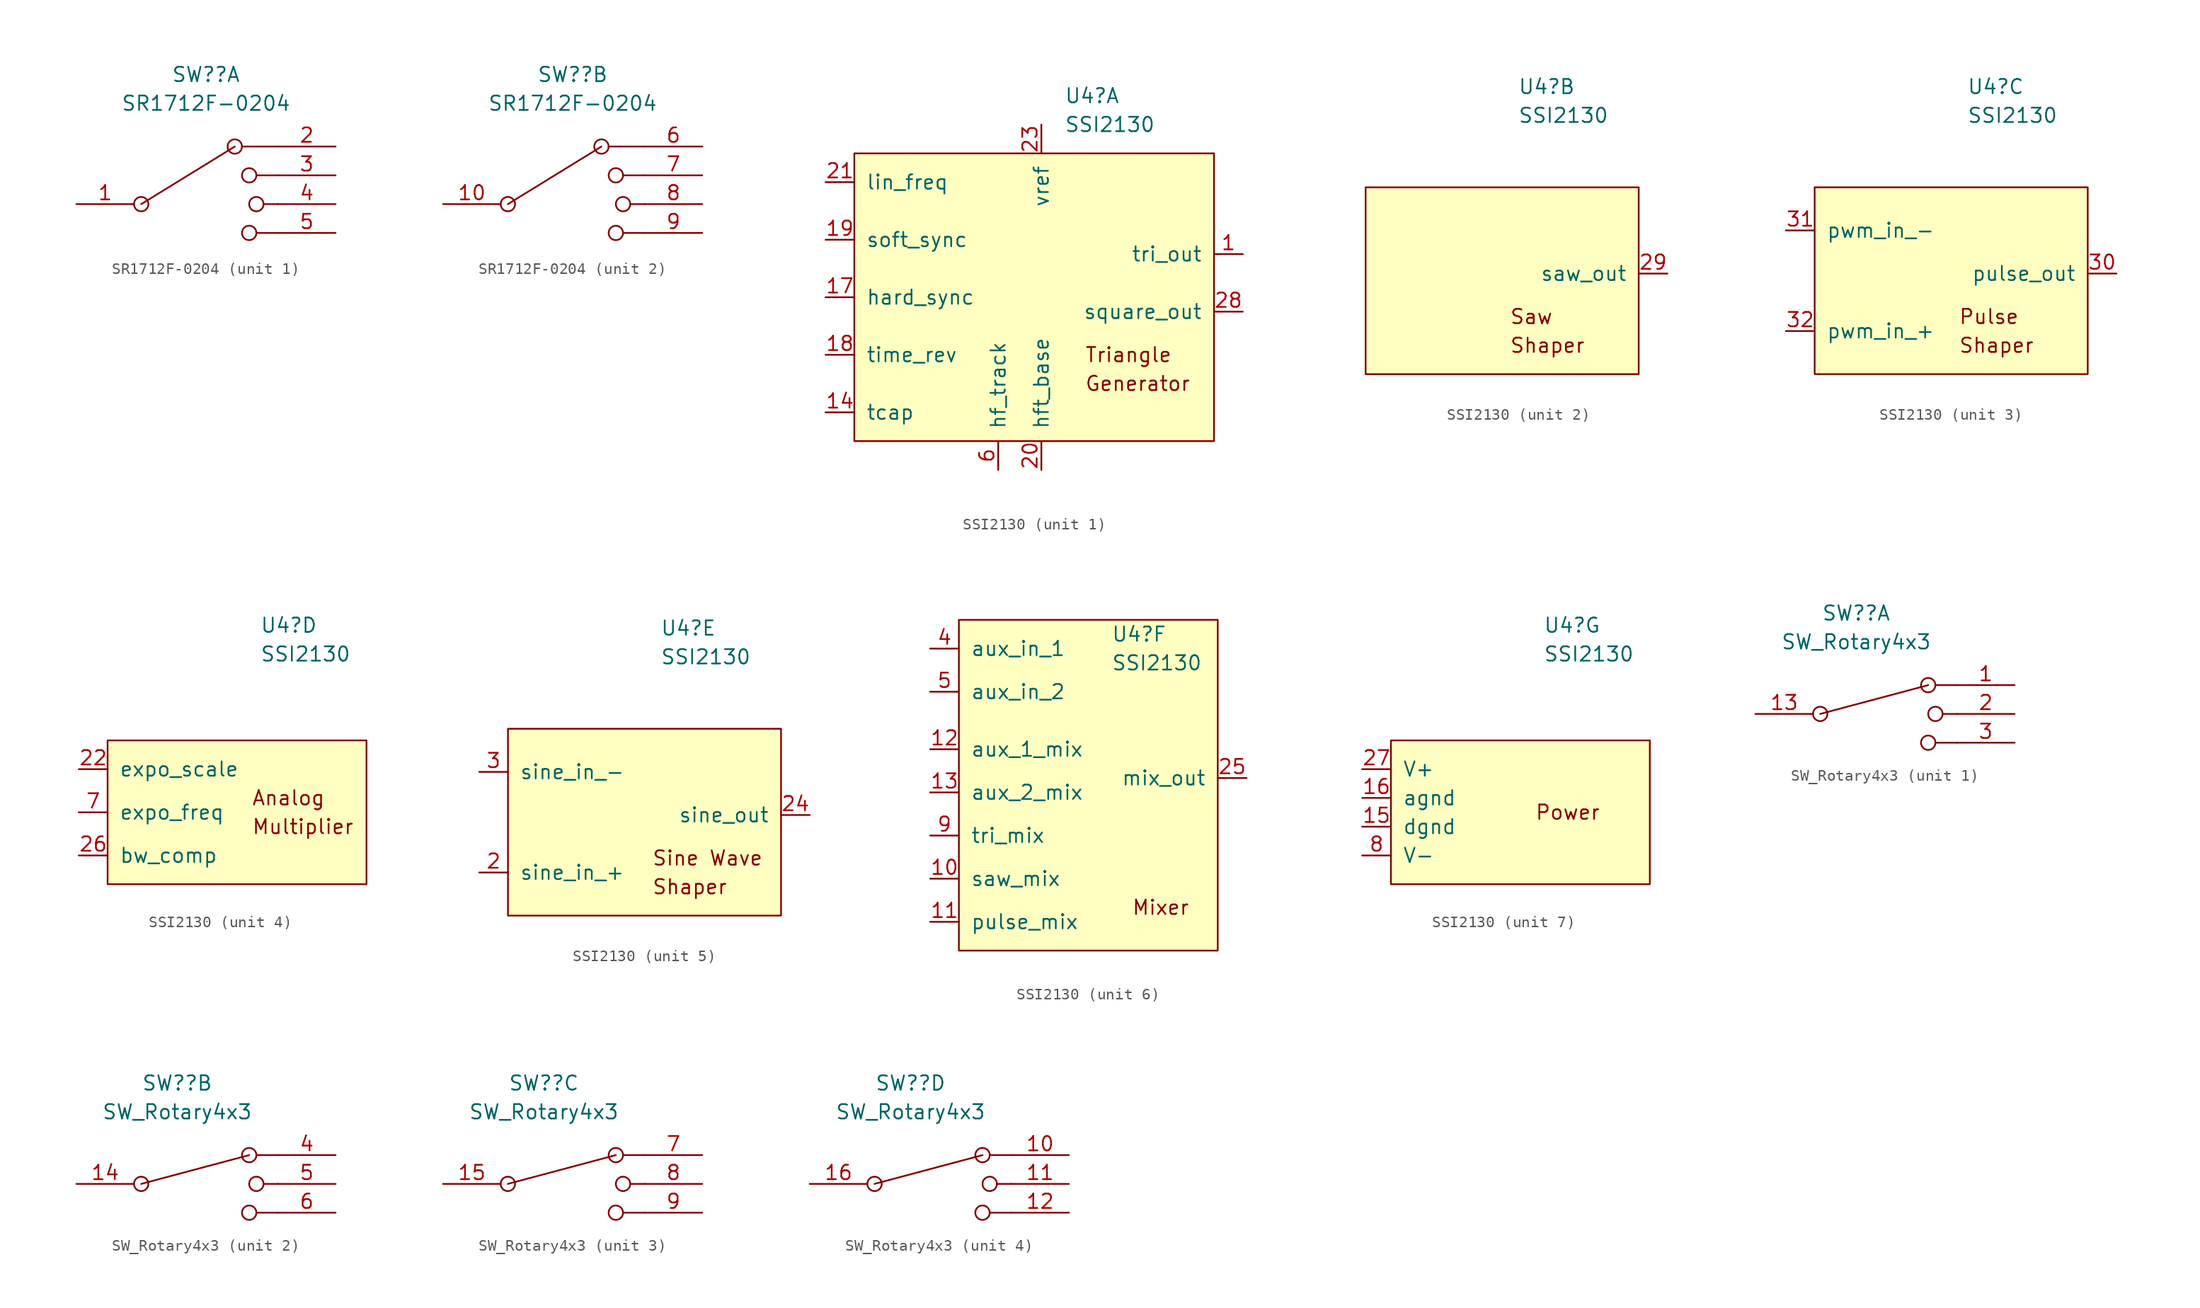
<source format=kicad_sym>
(kicad_symbol_lib
  (version 20211014)
  (generator kicad_symbol_editor)
  (symbol "SR1712F-0204"
    (pin_names
      (offset 1.016) hide)
    (property "Reference" "SW?"
      (at 1.27 11.43 0)
      (effects (font (size 1.27 1.27))))
    (property "Value" "SR1712F-0204"
      (at 1.27 8.89 0)
      (effects (font (size 1.27 1.27))))
    (property "ki_locked" ""
      (at 0 0 0)
      (effects (font (size 1.27 1.27))))
    (symbol "SR1712F-0204_0_0"
      (circle (center -4.445 0) (radius 0.635) (stroke (width 0) (type default) (color 0 0 0 0)) (fill (type none)))
      (polyline (pts (xy -4.445 0) (xy 3.81 5.08)) (stroke (width 0) (type default) (color 0 0 0 0)) (fill (type none)))
      (polyline (pts (xy 4.445 5.08) (xy 7.62 5.08)) (stroke (width 0) (type default) (color 0 0 0 0)) (fill (type none)))
      (polyline (pts (xy 5.715 -2.54) (xy 7.62 -2.54)) (stroke (width 0) (type default) (color 0 0 0 0)) (fill (type none)))
      (polyline (pts (xy 5.715 2.54) (xy 7.62 2.54)) (stroke (width 0) (type default) (color 0 0 0 0)) (fill (type none)))
      (polyline (pts (xy 6.35 0) (xy 7.62 0)) (stroke (width 0) (type default) (color 0 0 0 0)) (fill (type none)))
      (circle (center 3.81 5.08) (radius 0.635) (stroke (width 0) (type default) (color 0 0 0 0)) (fill (type none)))
      (circle (center 5.08 -2.54) (radius 0.635) (stroke (width 0) (type default) (color 0 0 0 0)) (fill (type none)))
      (circle (center 5.08 2.54) (radius 0.635) (stroke (width 0) (type default) (color 0 0 0 0)) (fill (type none)))
      (circle (center 5.715 0) (radius 0.635) (stroke (width 0) (type default) (color 0 0 0 0)) (fill (type none))))
    (symbol "SR1712F-0204_1_1"
      (pin passive line (at -10.16 0 0) (length 5.08) (name "1" (effects (font (size 1.27 1.27)))) (number "1" (effects (font (size 1.27 1.27)))))
      (pin passive line (at 12.7 5.08 180) (length 5.08) (name "2" (effects (font (size 1.27 1.27)))) (number "2" (effects (font (size 1.27 1.27)))))
      (pin passive line (at 12.7 2.54 180) (length 5.08) (name "3" (effects (font (size 1.27 1.27)))) (number "3" (effects (font (size 1.27 1.27)))))
      (pin passive line (at 12.7 0 180) (length 5.08) (name "4" (effects (font (size 1.27 1.27)))) (number "4" (effects (font (size 1.27 1.27)))))
      (pin passive line (at 12.7 -2.54 180) (length 5.08) (name "5" (effects (font (size 1.27 1.27)))) (number "5" (effects (font (size 1.27 1.27))))))
    (symbol "SR1712F-0204_2_1"
      (pin passive line (at -10.16 0 0) (length 5.08) (name "10" (effects (font (size 1.27 1.27)))) (number "10" (effects (font (size 1.27 1.27)))))
      (pin passive line (at 12.7 5.08 180) (length 5.08) (name "6" (effects (font (size 1.27 1.27)))) (number "6" (effects (font (size 1.27 1.27)))))
      (pin passive line (at 12.7 2.54 180) (length 5.08) (name "7" (effects (font (size 1.27 1.27)))) (number "7" (effects (font (size 1.27 1.27)))))
      (pin passive line (at 12.7 0 180) (length 5.08) (name "8" (effects (font (size 1.27 1.27)))) (number "8" (effects (font (size 1.27 1.27)))))
      (pin passive line (at 12.7 -2.54 180) (length 5.08) (name "9" (effects (font (size 1.27 1.27)))) (number "9" (effects (font (size 1.27 1.27)))))))
  (symbol "SSI2130"
    (pin_names
      (offset 1.016))
    (property "Reference" "U4"
      (at 2.019 16.51 0)
      (effects (font (size 1.27 1.27)) (justify left)))
    (property "Value" "SSI2130"
      (at 2.019 13.97 0)
      (effects (font (size 1.27 1.27)) (justify left)))
    (property "ki_locked" ""
      (at 0 0 0)
      (effects (font (size 1.27 1.27))))
    (symbol "SSI2130_1_0"
      (polyline (pts (xy -16.51 11.43) (xy -16.51 -13.97) (xy 15.24 -13.97) (xy 15.24 11.43) (xy 6.35 11.43) (xy -16.51 11.43)) (stroke (width 0) (type default) (color 0 0 0 0)) (fill (type background)))
      (text "Generator" (at 3.81 -8.89 0) (effects (font (size 1.27 1.27)) (justify left)))
      (text "Triangle" (at 3.81 -6.35 0) (effects (font (size 1.27 1.27)) (justify left))))
    (symbol "SSI2130_1_1"
      (pin output line (at 17.78 2.54 180) (length 2.54) (name "tri_out" (effects (font (size 1.27 1.27)))) (number "1" (effects (font (size 1.27 1.27)))))
      (pin input line (at -19.05 -11.43 0) (length 2.54) (name "tcap" (effects (font (size 1.27 1.27)))) (number "14" (effects (font (size 1.27 1.27)))))
      (pin input line (at -19.05 -1.27 0) (length 2.54) (name "hard_sync" (effects (font (size 1.27 1.27)))) (number "17" (effects (font (size 1.27 1.27)))))
      (pin input line (at -19.05 -6.35 0) (length 2.54) (name "time_rev" (effects (font (size 1.27 1.27)))) (number "18" (effects (font (size 1.27 1.27)))))
      (pin input line (at -19.05 3.81 0) (length 2.54) (name "soft_sync" (effects (font (size 1.27 1.27)))) (number "19" (effects (font (size 1.27 1.27)))))
      (pin input line (at 0 -16.51 90) (length 2.54) (name "hft_base" (effects (font (size 1.27 1.27)))) (number "20" (effects (font (size 1.27 1.27)))))
      (pin input line (at -19.05 8.89 0) (length 2.54) (name "lin_freq" (effects (font (size 1.27 1.27)))) (number "21" (effects (font (size 1.27 1.27)))))
      (pin input line (at 0 13.97 270) (length 2.54) (name "vref" (effects (font (size 1.27 1.27)))) (number "23" (effects (font (size 1.27 1.27)))))
      (pin output line (at 17.78 -2.54 180) (length 2.54) (name "square_out" (effects (font (size 1.27 1.27)))) (number "28" (effects (font (size 1.27 1.27)))))
      (pin input line (at -3.81 -16.51 90) (length 2.54) (name "hf_track" (effects (font (size 1.27 1.27)))) (number "6" (effects (font (size 1.27 1.27))))))
    (symbol "SSI2130_2_1"
      (polyline (pts (xy -11.43 0) (xy -11.43 7.62) (xy 12.7 7.62) (xy 12.7 -8.89) (xy -11.43 -8.89) (xy -11.43 0)) (stroke (width 0) (type default) (color 0 0 0 0)) (fill (type background)))
      (text "Saw" (at 1.27 -3.81 0) (effects (font (size 1.27 1.27)) (justify left)))
      (text "Shaper" (at 1.27 -6.35 0) (effects (font (size 1.27 1.27)) (justify left)))
      (pin output line (at 15.24 0 180) (length 2.54) (name "saw_out" (effects (font (size 1.27 1.27)))) (number "29" (effects (font (size 1.27 1.27))))))
    (symbol "SSI2130_3_1"
      (polyline (pts (xy 12.7 7.62) (xy -11.43 7.62) (xy -11.43 -8.89) (xy 12.7 -8.89) (xy 12.7 7.62)) (stroke (width 0) (type default) (color 0 0 0 0)) (fill (type background)))
      (text "Pulse" (at 1.27 -3.81 0) (effects (font (size 1.27 1.27)) (justify left)))
      (text "Shaper" (at 1.27 -6.35 0) (effects (font (size 1.27 1.27)) (justify left)))
      (pin output line (at 15.24 0 180) (length 2.54) (name "pulse_out" (effects (font (size 1.27 1.27)))) (number "30" (effects (font (size 1.27 1.27)))))
      (pin input line (at -13.97 3.81 0) (length 2.54) (name "pwm_in_-" (effects (font (size 1.27 1.27)))) (number "31" (effects (font (size 1.27 1.27)))))
      (pin input line (at -13.97 -5.08 0) (length 2.54) (name "pwm_in_+" (effects (font (size 1.27 1.27)))) (number "32" (effects (font (size 1.27 1.27))))))
    (symbol "SSI2130_4_1"
      (polyline (pts (xy -11.43 6.35) (xy -11.43 -6.35) (xy 11.43 -6.35) (xy 11.43 6.35) (xy -11.43 6.35)) (stroke (width 0) (type default) (color 0 0 0 0)) (fill (type background)))
      (text "Analog" (at 1.27 1.27 0) (effects (font (size 1.27 1.27)) (justify left)))
      (text "Multiplier" (at 1.27 -1.27 0) (effects (font (size 1.27 1.27)) (justify left)))
      (pin input line (at -13.97 3.81 0) (length 2.54) (name "expo_scale" (effects (font (size 1.27 1.27)))) (number "22" (effects (font (size 1.27 1.27)))))
      (pin input line (at -13.97 -3.81 0) (length 2.54) (name "bw_comp" (effects (font (size 1.27 1.27)))) (number "26" (effects (font (size 1.27 1.27)))))
      (pin input line (at -13.97 0 0) (length 2.54) (name "expo_freq" (effects (font (size 1.27 1.27)))) (number "7" (effects (font (size 1.27 1.27))))))
    (symbol "SSI2130_5_1"
      (polyline (pts (xy -11.43 7.62) (xy -11.43 -8.89) (xy 12.7 -8.89) (xy 12.7 7.62) (xy -11.43 7.62)) (stroke (width 0) (type default) (color 0 0 0 0)) (fill (type background)))
      (text "Shaper" (at 1.27 -6.35 0) (effects (font (size 1.27 1.27)) (justify left)))
      (text "Sine Wave" (at 1.27 -3.81 0) (effects (font (size 1.27 1.27)) (justify left)))
      (pin input line (at -13.97 -5.08 0) (length 2.54) (name "sine_in_+" (effects (font (size 1.27 1.27)))) (number "2" (effects (font (size 1.27 1.27)))))
      (pin output line (at 15.24 0 180) (length 2.54) (name "sine_out" (effects (font (size 1.27 1.27)))) (number "24" (effects (font (size 1.27 1.27)))))
      (pin input line (at -13.97 3.81 0) (length 2.54) (name "sine_in_-" (effects (font (size 1.27 1.27)))) (number "3" (effects (font (size 1.27 1.27))))))
    (symbol "SSI2130_6_1"
      (polyline (pts (xy 11.43 -11.43) (xy -11.43 -11.43) (xy -11.43 10.16) (xy -11.43 17.78) (xy 11.43 17.78) (xy 11.43 -11.43)) (stroke (width 0) (type default) (color 0 0 0 0)) (fill (type background)))
      (text "Mixer" (at 3.81 -7.62 0) (effects (font (size 1.27 1.27)) (justify left)))
      (pin input line (at -13.97 -5.08 0) (length 2.54) (name "saw_mix" (effects (font (size 1.27 1.27)))) (number "10" (effects (font (size 1.27 1.27)))))
      (pin input line (at -13.97 -8.89 0) (length 2.54) (name "pulse_mix" (effects (font (size 1.27 1.27)))) (number "11" (effects (font (size 1.27 1.27)))))
      (pin input line (at -13.97 6.35 0) (length 2.54) (name "aux_1_mix" (effects (font (size 1.27 1.27)))) (number "12" (effects (font (size 1.27 1.27)))))
      (pin input line (at -13.97 2.54 0) (length 2.54) (name "aux_2_mix" (effects (font (size 1.27 1.27)))) (number "13" (effects (font (size 1.27 1.27)))))
      (pin output line (at 13.97 3.81 180) (length 2.54) (name "mix_out" (effects (font (size 1.27 1.27)))) (number "25" (effects (font (size 1.27 1.27)))))
      (pin input line (at -13.97 15.24 0) (length 2.54) (name "aux_in_1" (effects (font (size 1.27 1.27)))) (number "4" (effects (font (size 1.27 1.27)))))
      (pin input line (at -13.97 11.43 0) (length 2.54) (name "aux_in_2" (effects (font (size 1.27 1.27)))) (number "5" (effects (font (size 1.27 1.27)))))
      (pin input line (at -13.97 -1.27 0) (length 2.54) (name "tri_mix" (effects (font (size 1.27 1.27)))) (number "9" (effects (font (size 1.27 1.27))))))
    (symbol "SSI2130_7_1"
      (polyline (pts (xy -11.43 6.35) (xy -11.43 -6.35) (xy 11.43 -6.35) (xy 11.43 6.35) (xy -11.43 6.35)) (stroke (width 0) (type default) (color 0 0 0 0)) (fill (type background)))
      (text "Power" (at 1.27 0 0) (effects (font (size 1.27 1.27)) (justify left)))
      (pin power_in line (at -13.97 -1.27 0) (length 2.54) (name "dgnd" (effects (font (size 1.27 1.27)))) (number "15" (effects (font (size 1.27 1.27)))))
      (pin power_in line (at -13.97 1.27 0) (length 2.54) (name "agnd" (effects (font (size 1.27 1.27)))) (number "16" (effects (font (size 1.27 1.27)))))
      (pin power_in line (at -13.97 3.81 0) (length 2.54) (name "V+" (effects (font (size 1.27 1.27)))) (number "27" (effects (font (size 1.27 1.27)))))
      (pin power_in line (at -13.97 -3.81 0) (length 2.54) (name "V-" (effects (font (size 1.27 1.27)))) (number "8" (effects (font (size 1.27 1.27)))))))
  (symbol "SW_Rotary4x3"
    (pin_names
      (offset 1.016) hide)
    (property "Reference" "SW?"
      (at -1.27 8.89 0)
      (effects (font (size 1.27 1.27))))
    (property "Value" "SW_Rotary4x3"
      (at -1.27 6.35 0)
      (effects (font (size 1.27 1.27))))
    (property "ki_locked" ""
      (at 0 0 0)
      (effects (font (size 1.27 1.27))))
    (symbol "SW_Rotary4x3_0_0"
      (circle (center -4.445 0) (radius 0.635) (stroke (width 0) (type default) (color 0 0 0 0)) (fill (type none)))
      (polyline (pts (xy -4.445 0) (xy 5.08 2.54)) (stroke (width 0) (type default) (color 0 0 0 0)) (fill (type none)))
      (polyline (pts (xy 5.715 -2.54) (xy 7.62 -2.54)) (stroke (width 0) (type default) (color 0 0 0 0)) (fill (type none)))
      (polyline (pts (xy 5.715 2.54) (xy 7.62 2.54)) (stroke (width 0) (type default) (color 0 0 0 0)) (fill (type none)))
      (polyline (pts (xy 6.35 0) (xy 7.62 0)) (stroke (width 0) (type default) (color 0 0 0 0)) (fill (type none)))
      (circle (center 5.08 -2.54) (radius 0.635) (stroke (width 0) (type default) (color 0 0 0 0)) (fill (type none)))
      (circle (center 5.08 2.54) (radius 0.635) (stroke (width 0) (type default) (color 0 0 0 0)) (fill (type none)))
      (circle (center 5.715 0) (radius 0.635) (stroke (width 0) (type default) (color 0 0 0 0)) (fill (type none))))
    (symbol "SW_Rotary4x3_1_1"
      (pin passive line (at 12.7 2.54 180) (length 5.08) (name "1" (effects (font (size 1.27 1.27)))) (number "1" (effects (font (size 1.27 1.27)))))
      (pin passive line (at -10.16 0 0) (length 5.08) (name "13" (effects (font (size 1.27 1.27)))) (number "13" (effects (font (size 1.27 1.27)))))
      (pin passive line (at 12.7 0 180) (length 5.08) (name "2" (effects (font (size 1.27 1.27)))) (number "2" (effects (font (size 1.27 1.27)))))
      (pin passive line (at 12.7 -2.54 180) (length 5.08) (name "3" (effects (font (size 1.27 1.27)))) (number "3" (effects (font (size 1.27 1.27))))))
    (symbol "SW_Rotary4x3_2_1"
      (pin passive line (at -10.16 0 0) (length 5.08) (name "14" (effects (font (size 1.27 1.27)))) (number "14" (effects (font (size 1.27 1.27)))))
      (pin passive line (at 12.7 2.54 180) (length 5.08) (name "4" (effects (font (size 1.27 1.27)))) (number "4" (effects (font (size 1.27 1.27)))))
      (pin passive line (at 12.7 0 180) (length 5.08) (name "5" (effects (font (size 1.27 1.27)))) (number "5" (effects (font (size 1.27 1.27)))))
      (pin passive line (at 12.7 -2.54 180) (length 5.08) (name "6" (effects (font (size 1.27 1.27)))) (number "6" (effects (font (size 1.27 1.27))))))
    (symbol "SW_Rotary4x3_3_1"
      (pin passive line (at -10.16 0 0) (length 5.08) (name "15" (effects (font (size 1.27 1.27)))) (number "15" (effects (font (size 1.27 1.27)))))
      (pin passive line (at 12.7 2.54 180) (length 5.08) (name "7" (effects (font (size 1.27 1.27)))) (number "7" (effects (font (size 1.27 1.27)))))
      (pin passive line (at 12.7 0 180) (length 5.08) (name "8" (effects (font (size 1.27 1.27)))) (number "8" (effects (font (size 1.27 1.27)))))
      (pin passive line (at 12.7 -2.54 180) (length 5.08) (name "9" (effects (font (size 1.27 1.27)))) (number "9" (effects (font (size 1.27 1.27))))))
    (symbol "SW_Rotary4x3_4_1"
      (pin passive line (at 12.7 2.54 180) (length 5.08) (name "10" (effects (font (size 1.27 1.27)))) (number "10" (effects (font (size 1.27 1.27)))))
      (pin passive line (at 12.7 0 180) (length 5.08) (name "11" (effects (font (size 1.27 1.27)))) (number "11" (effects (font (size 1.27 1.27)))))
      (pin passive line (at 12.7 -2.54 180) (length 5.08) (name "12" (effects (font (size 1.27 1.27)))) (number "12" (effects (font (size 1.27 1.27)))))
      (pin passive line (at -10.16 0 0) (length 5.08) (name "16" (effects (font (size 1.27 1.27)))) (number "16" (effects (font (size 1.27 1.27))))))))
</source>
